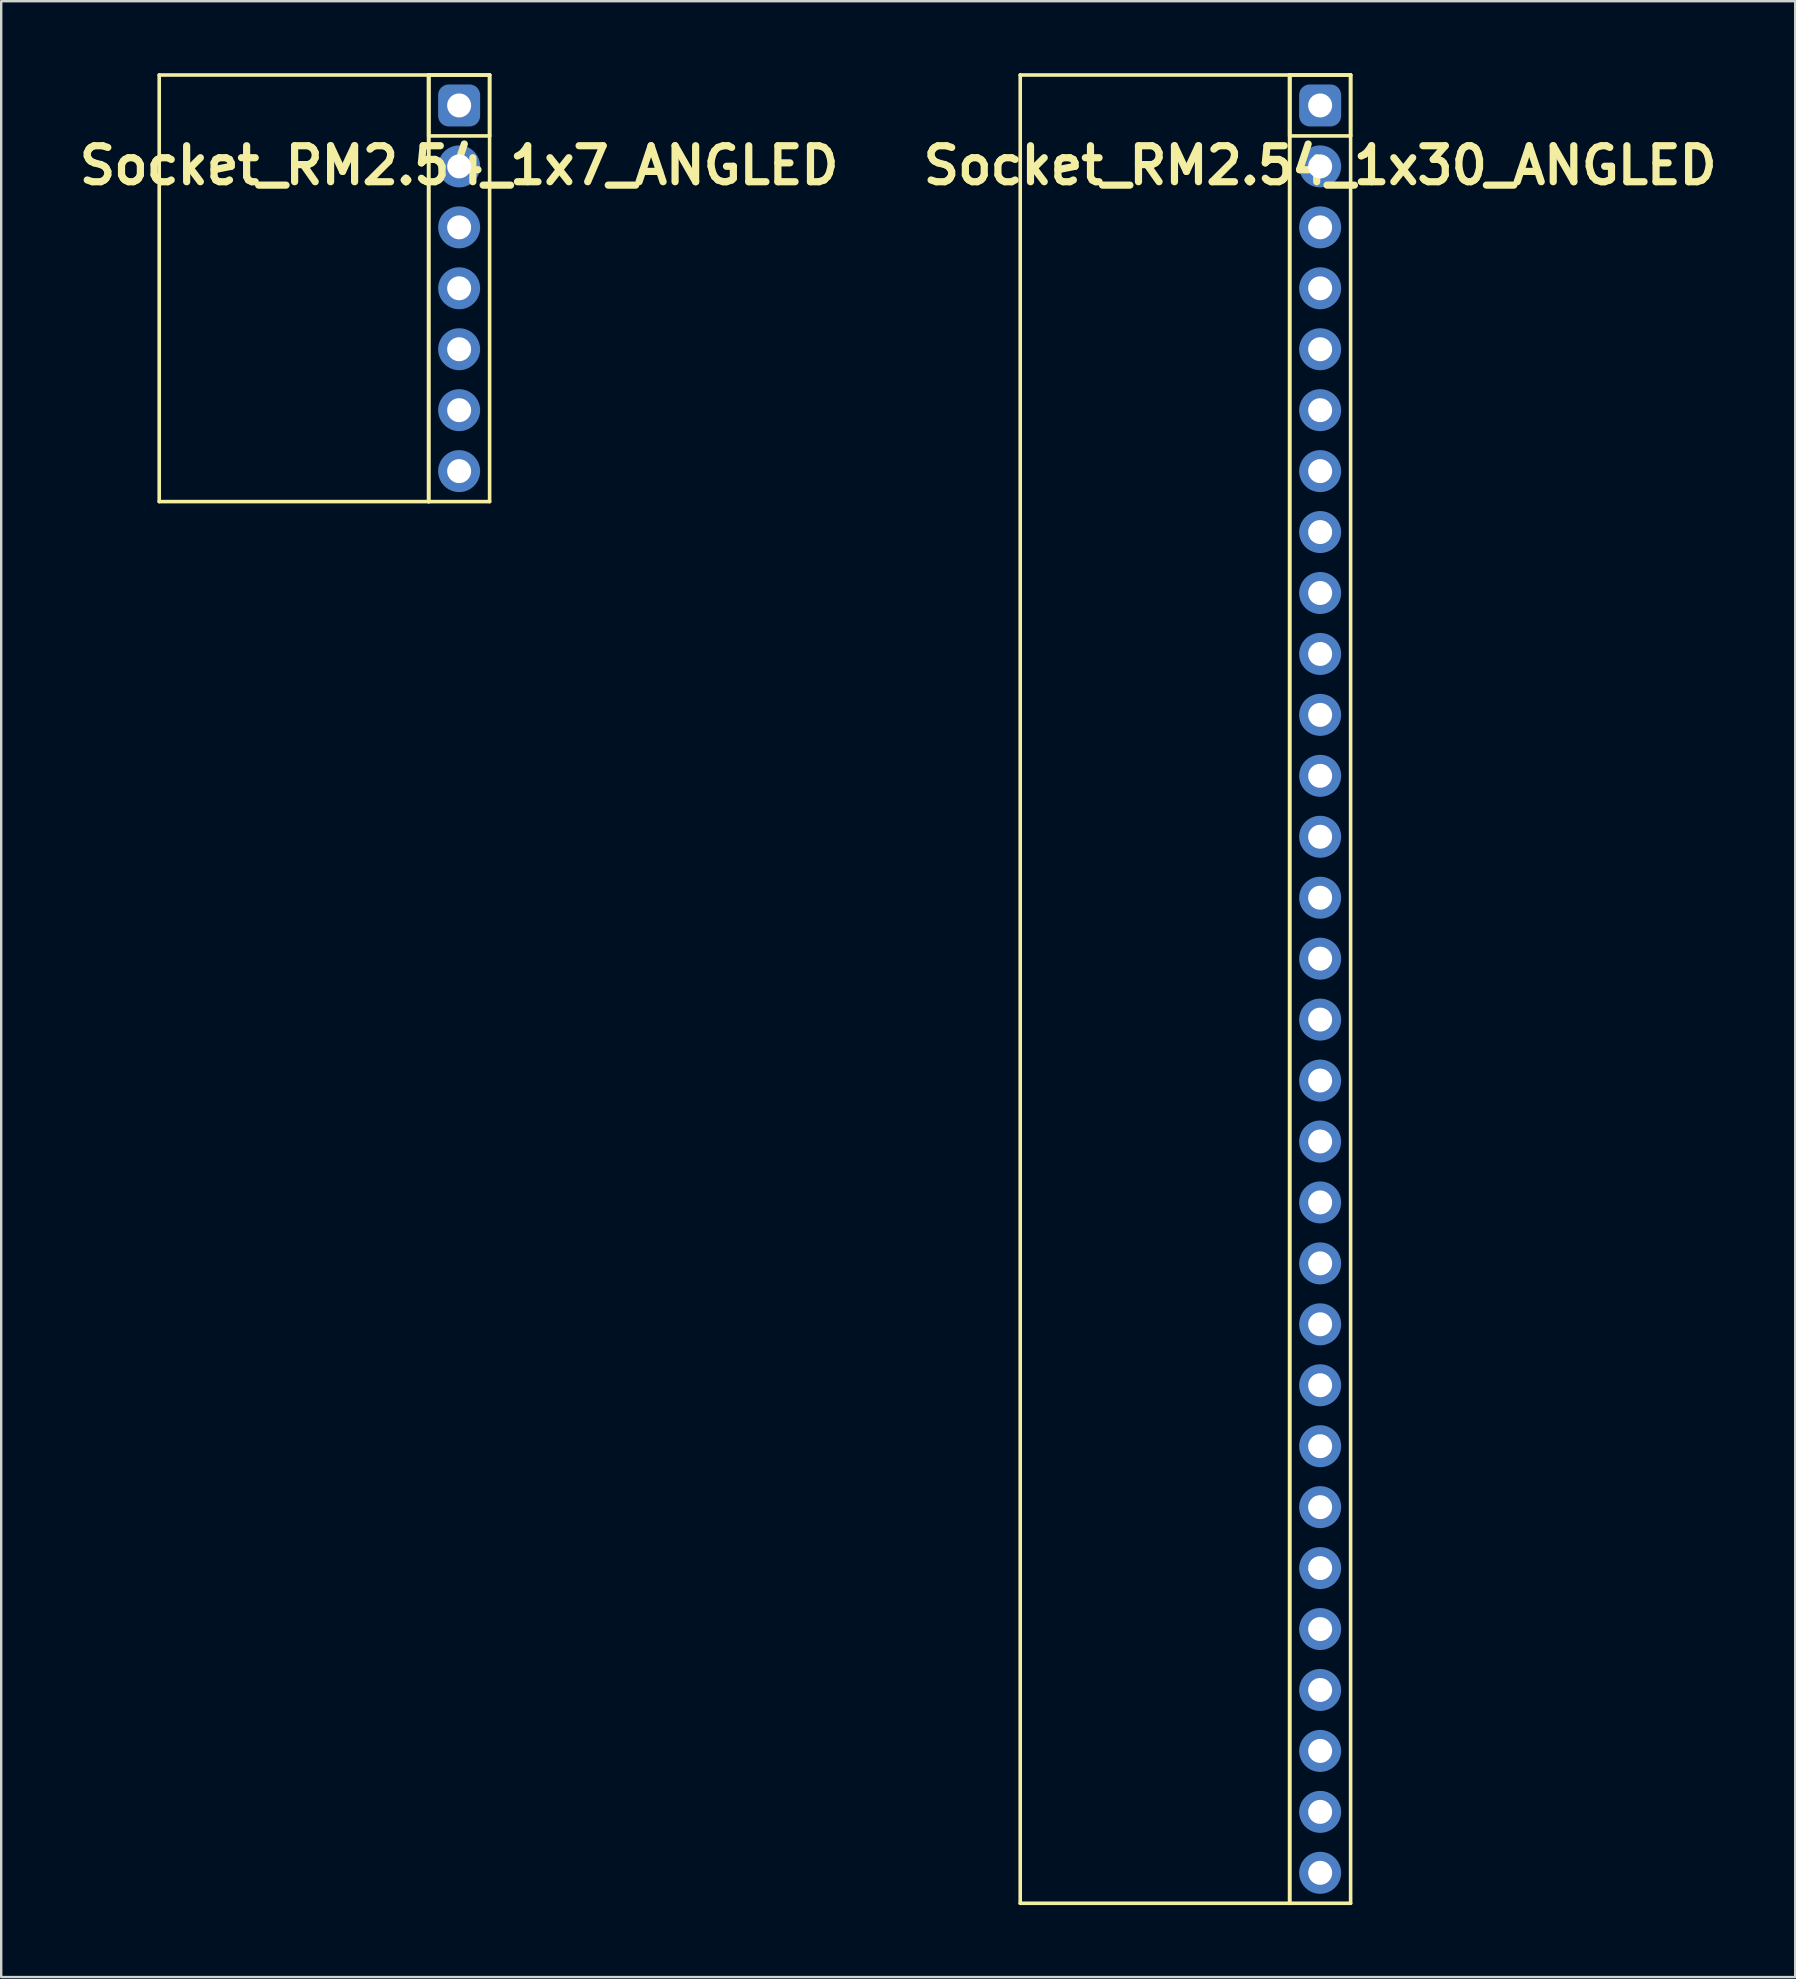
<source format=kicad_pcb>
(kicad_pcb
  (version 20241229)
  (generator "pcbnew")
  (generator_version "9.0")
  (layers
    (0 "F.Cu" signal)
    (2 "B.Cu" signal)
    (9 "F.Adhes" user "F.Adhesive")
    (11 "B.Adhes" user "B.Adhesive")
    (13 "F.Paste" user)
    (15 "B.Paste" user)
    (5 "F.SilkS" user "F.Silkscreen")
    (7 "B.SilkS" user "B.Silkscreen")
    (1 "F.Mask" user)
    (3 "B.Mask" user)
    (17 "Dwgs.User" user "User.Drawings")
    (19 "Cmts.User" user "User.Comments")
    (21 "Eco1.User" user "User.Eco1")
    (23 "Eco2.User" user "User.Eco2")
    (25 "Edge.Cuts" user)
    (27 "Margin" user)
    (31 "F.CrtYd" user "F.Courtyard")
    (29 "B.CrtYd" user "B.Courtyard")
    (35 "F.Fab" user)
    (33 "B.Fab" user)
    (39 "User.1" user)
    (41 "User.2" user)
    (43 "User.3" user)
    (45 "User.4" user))
  (footprint "Socket_RM2.54_1x30_ANGLED"
    (layer "F.Cu")
    (at 51.971 1.345)
    (property "Reference" "Socket_RM2.54_1x30_ANGLED" (at 0 2.5 0) (layer "F.SilkS") (effects (font (size 1.5 1.5) (thickness 0.3))))
    (attr through_hole)
    (fp_line (start -12.5 -1.27) (end -1.27 -1.27) (stroke (width 0.15) (type solid)) (layer "F.SilkS"))
    (fp_line (start -12.5 74.93) (end -12.5 -1.27) (stroke (width 0.15) (type solid)) (layer "F.SilkS"))
    (fp_line (start -1.27 -1.27) (end -1.27 74.93) (stroke (width 0.15) (type solid)) (layer "F.SilkS"))
    (fp_line (start -1.27 -1.27) (end 1.27 -1.27) (stroke (width 0.15) (type solid)) (layer "F.SilkS"))
    (fp_line (start -1.27 -1.27) (end 1.27 -1.27) (stroke (width 0.15) (type solid)) (layer "F.SilkS"))
    (fp_line (start -1.27 1.27) (end -1.27 -1.27) (stroke (width 0.15) (type solid)) (layer "F.SilkS"))
    (fp_line (start -1.27 74.93) (end -12.5 74.93) (stroke (width 0.15) (type solid)) (layer "F.SilkS"))
    (fp_line (start -1.27 74.93) (end -1.27 -1.27) (stroke (width 0.15) (type solid)) (layer "F.SilkS"))
    (fp_line (start 1.27 -1.27) (end 1.27 1.27) (stroke (width 0.15) (type solid)) (layer "F.SilkS"))
    (fp_line (start 1.27 -1.27) (end 1.27 74.93) (stroke (width 0.15) (type solid)) (layer "F.SilkS"))
    (fp_line (start 1.27 1.27) (end -1.27 1.27) (stroke (width 0.15) (type solid)) (layer "F.SilkS"))
    (fp_line (start 1.27 74.93) (end -1.27 74.93) (stroke (width 0.15) (type solid)) (layer "F.SilkS"))
    (pad "1" thru_hole circle (at 0 0) (size 1.3 1.3) (drill 1) (layers "*.Cu" "*.Mask"))
    (pad "1" smd roundrect (at 0 0) (size 1.5 1.5) (layers "F.Cu" "F.Mask") (roundrect_rratio 0.25))
    (pad "1" smd roundrect (at 0 0) (size 1.75 1.75) (layers "B.Cu" "B.Mask") (roundrect_rratio 0.25))
    (pad "2" thru_hole circle (at 0 2.54) (size 1.3 1.3) (drill 1) (layers "*.Cu" "*.Mask"))
    (pad "2" smd circle (at 0 2.54) (size 1.5 1.5) (layers "F.Cu" "F.Mask"))
    (pad "2" smd circle (at 0 2.54) (size 1.75 1.75) (layers "B.Cu" "B.Mask"))
    (pad "3" thru_hole circle (at 0 5.08) (size 1.3 1.3) (drill 1) (layers "*.Cu" "*.Mask"))
    (pad "3" smd circle (at 0 5.08) (size 1.5 1.5) (layers "F.Cu" "F.Mask"))
    (pad "3" smd circle (at 0 5.08) (size 1.75 1.75) (layers "B.Cu" "B.Mask"))
    (pad "4" thru_hole circle (at 0 7.62) (size 1.3 1.3) (drill 1) (layers "*.Cu" "*.Mask"))
    (pad "4" smd circle (at 0 7.62) (size 1.5 1.5) (layers "F.Cu" "F.Mask"))
    (pad "4" smd circle (at 0 7.62) (size 1.75 1.75) (layers "B.Cu" "B.Mask"))
    (pad "5" thru_hole circle (at 0 10.16) (size 1.3 1.3) (drill 1) (layers "*.Cu" "*.Mask"))
    (pad "5" smd circle (at 0 10.16) (size 1.5 1.5) (layers "F.Cu" "F.Mask"))
    (pad "5" smd circle (at 0 10.16) (size 1.75 1.75) (layers "B.Cu" "B.Mask"))
    (pad "6" thru_hole circle (at 0 12.7) (size 1.3 1.3) (drill 1) (layers "*.Cu" "*.Mask"))
    (pad "6" smd circle (at 0 12.7) (size 1.5 1.5) (layers "F.Cu" "F.Mask"))
    (pad "6" smd circle (at 0 12.7) (size 1.75 1.75) (layers "B.Cu" "B.Mask"))
    (pad "7" thru_hole circle (at 0 15.24) (size 1.3 1.3) (drill 1) (layers "*.Cu" "*.Mask"))
    (pad "7" smd circle (at 0 15.24) (size 1.5 1.5) (layers "F.Cu" "F.Mask"))
    (pad "7" smd circle (at 0 15.24) (size 1.75 1.75) (layers "B.Cu" "B.Mask"))
    (pad "8" thru_hole circle (at 0 17.78) (size 1.3 1.3) (drill 1) (layers "*.Cu" "*.Mask"))
    (pad "8" smd circle (at 0 17.78) (size 1.5 1.5) (layers "F.Cu" "F.Mask"))
    (pad "8" smd circle (at 0 17.78) (size 1.75 1.75) (layers "B.Cu" "B.Mask"))
    (pad "9" thru_hole circle (at 0 20.32) (size 1.3 1.3) (drill 1) (layers "*.Cu" "*.Mask"))
    (pad "9" smd circle (at 0 20.32) (size 1.5 1.5) (layers "F.Cu" "F.Mask"))
    (pad "9" smd circle (at 0 20.32) (size 1.75 1.75) (layers "B.Cu" "B.Mask"))
    (pad "10" thru_hole circle (at 0 22.86) (size 1.3 1.3) (drill 1) (layers "*.Cu" "*.Mask"))
    (pad "10" smd circle (at 0 22.86) (size 1.5 1.5) (layers "F.Cu" "F.Mask"))
    (pad "10" smd circle (at 0 22.86) (size 1.75 1.75) (layers "B.Cu" "B.Mask"))
    (pad "11" thru_hole circle (at 0 25.4) (size 1.3 1.3) (drill 1) (layers "*.Cu" "*.Mask"))
    (pad "11" smd circle (at 0 25.4) (size 1.5 1.5) (layers "F.Cu" "F.Mask"))
    (pad "11" smd circle (at 0 25.4) (size 1.75 1.75) (layers "B.Cu" "B.Mask"))
    (pad "12" thru_hole circle (at 0 27.94) (size 1.3 1.3) (drill 1) (layers "*.Cu" "*.Mask"))
    (pad "12" smd circle (at 0 27.94) (size 1.5 1.5) (layers "F.Cu" "F.Mask"))
    (pad "12" smd circle (at 0 27.94) (size 1.75 1.75) (layers "B.Cu" "B.Mask"))
    (pad "13" thru_hole circle (at 0 30.48) (size 1.3 1.3) (drill 1) (layers "*.Cu" "*.Mask"))
    (pad "13" smd circle (at 0 30.48) (size 1.5 1.5) (layers "F.Cu" "F.Mask"))
    (pad "13" smd circle (at 0 30.48) (size 1.75 1.75) (layers "B.Cu" "B.Mask"))
    (pad "14" thru_hole circle (at 0 33.02) (size 1.3 1.3) (drill 1) (layers "*.Cu" "*.Mask"))
    (pad "14" smd circle (at 0 33.02) (size 1.5 1.5) (layers "F.Cu" "F.Mask"))
    (pad "14" smd circle (at 0 33.02) (size 1.75 1.75) (layers "B.Cu" "B.Mask"))
    (pad "15" thru_hole circle (at 0 35.56) (size 1.3 1.3) (drill 1) (layers "*.Cu" "*.Mask"))
    (pad "15" smd circle (at 0 35.56) (size 1.5 1.5) (layers "F.Cu" "F.Mask"))
    (pad "15" smd circle (at 0 35.56) (size 1.75 1.75) (layers "B.Cu" "B.Mask"))
    (pad "16" thru_hole circle (at 0 38.1) (size 1.3 1.3) (drill 1) (layers "*.Cu" "*.Mask"))
    (pad "16" smd circle (at 0 38.1) (size 1.5 1.5) (layers "F.Cu" "F.Mask"))
    (pad "16" smd circle (at 0 38.1) (size 1.75 1.75) (layers "B.Cu" "B.Mask"))
    (pad "17" thru_hole circle (at 0 40.64) (size 1.3 1.3) (drill 1) (layers "*.Cu" "*.Mask"))
    (pad "17" smd circle (at 0 40.64) (size 1.5 1.5) (layers "F.Cu" "F.Mask"))
    (pad "17" smd circle (at 0 40.64) (size 1.75 1.75) (layers "B.Cu" "B.Mask"))
    (pad "18" thru_hole circle (at 0 43.18) (size 1.3 1.3) (drill 1) (layers "*.Cu" "*.Mask"))
    (pad "18" smd circle (at 0 43.18) (size 1.5 1.5) (layers "F.Cu" "F.Mask"))
    (pad "18" smd circle (at 0 43.18) (size 1.75 1.75) (layers "B.Cu" "B.Mask"))
    (pad "19" thru_hole circle (at 0 45.72) (size 1.3 1.3) (drill 1) (layers "*.Cu" "*.Mask"))
    (pad "19" smd circle (at 0 45.72) (size 1.5 1.5) (layers "F.Cu" "F.Mask"))
    (pad "19" smd circle (at 0 45.72) (size 1.75 1.75) (layers "B.Cu" "B.Mask"))
    (pad "20" thru_hole circle (at 0 48.26) (size 1.3 1.3) (drill 1) (layers "*.Cu" "*.Mask"))
    (pad "20" smd circle (at 0 48.26) (size 1.5 1.5) (layers "F.Cu" "F.Mask"))
    (pad "20" smd circle (at 0 48.26) (size 1.75 1.75) (layers "B.Cu" "B.Mask"))
    (pad "21" thru_hole circle (at 0 50.8) (size 1.3 1.3) (drill 1) (layers "*.Cu" "*.Mask"))
    (pad "21" smd circle (at 0 50.8) (size 1.5 1.5) (layers "F.Cu" "F.Mask"))
    (pad "21" smd circle (at 0 50.8) (size 1.75 1.75) (layers "B.Cu" "B.Mask"))
    (pad "22" thru_hole circle (at 0 53.34) (size 1.3 1.3) (drill 1) (layers "*.Cu" "*.Mask"))
    (pad "22" smd circle (at 0 53.34) (size 1.5 1.5) (layers "F.Cu" "F.Mask"))
    (pad "22" smd circle (at 0 53.34) (size 1.75 1.75) (layers "B.Cu" "B.Mask"))
    (pad "23" thru_hole circle (at 0 55.88) (size 1.3 1.3) (drill 1) (layers "*.Cu" "*.Mask"))
    (pad "23" smd circle (at 0 55.88) (size 1.5 1.5) (layers "F.Cu" "F.Mask"))
    (pad "23" smd circle (at 0 55.88) (size 1.75 1.75) (layers "B.Cu" "B.Mask"))
    (pad "24" thru_hole circle (at 0 58.42) (size 1.3 1.3) (drill 1) (layers "*.Cu" "*.Mask"))
    (pad "24" smd circle (at 0 58.42) (size 1.5 1.5) (layers "F.Cu" "F.Mask"))
    (pad "24" smd circle (at 0 58.42) (size 1.75 1.75) (layers "B.Cu" "B.Mask"))
    (pad "25" thru_hole circle (at 0 60.96) (size 1.3 1.3) (drill 1) (layers "*.Cu" "*.Mask"))
    (pad "25" smd circle (at 0 60.96) (size 1.5 1.5) (layers "F.Cu" "F.Mask"))
    (pad "25" smd circle (at 0 60.96) (size 1.75 1.75) (layers "B.Cu" "B.Mask"))
    (pad "26" thru_hole circle (at 0 63.5) (size 1.3 1.3) (drill 1) (layers "*.Cu" "*.Mask"))
    (pad "26" smd circle (at 0 63.5) (size 1.5 1.5) (layers "F.Cu" "F.Mask"))
    (pad "26" smd circle (at 0 63.5) (size 1.75 1.75) (layers "B.Cu" "B.Mask"))
    (pad "27" thru_hole circle (at 0 66.04) (size 1.3 1.3) (drill 1) (layers "*.Cu" "*.Mask"))
    (pad "27" smd circle (at 0 66.04) (size 1.5 1.5) (layers "F.Cu" "F.Mask"))
    (pad "27" smd circle (at 0 66.04) (size 1.75 1.75) (layers "B.Cu" "B.Mask"))
    (pad "28" thru_hole circle (at 0 68.58) (size 1.3 1.3) (drill 1) (layers "*.Cu" "*.Mask"))
    (pad "28" smd circle (at 0 68.58) (size 1.5 1.5) (layers "F.Cu" "F.Mask"))
    (pad "28" smd circle (at 0 68.58) (size 1.75 1.75) (layers "B.Cu" "B.Mask"))
    (pad "29" thru_hole circle (at 0 71.12) (size 1.3 1.3) (drill 1) (layers "*.Cu" "*.Mask"))
    (pad "29" smd circle (at 0 71.12) (size 1.5 1.5) (layers "F.Cu" "F.Mask"))
    (pad "29" smd circle (at 0 71.12) (size 1.75 1.75) (layers "B.Cu" "B.Mask"))
    (pad "30" thru_hole circle (at 0 73.66) (size 1.3 1.3) (drill 1) (layers "*.Cu" "*.Mask"))
    (pad "30" smd circle (at 0 73.66) (size 1.5 1.5) (layers "F.Cu" "F.Mask"))
    (pad "30" smd circle (at 0 73.66) (size 1.75 1.75) (layers "B.Cu" "B.Mask")))
  (footprint "Socket_RM2.54_1x7_ANGLED"
    (layer "F.Cu")
    (at 16.086 1.345)
    (property "Reference" "Socket_RM2.54_1x7_ANGLED" (at 0 2.5 0) (layer "F.SilkS") (effects (font (size 1.5 1.5) (thickness 0.3))))
    (attr through_hole)
    (fp_line (start -12.5 -1.27) (end -1.27 -1.27) (stroke (width 0.15) (type solid)) (layer "F.SilkS"))
    (fp_line (start -12.5 16.51) (end -12.5 -1.27) (stroke (width 0.15) (type solid)) (layer "F.SilkS"))
    (fp_line (start -1.27 -1.27) (end -1.27 16.51) (stroke (width 0.15) (type solid)) (layer "F.SilkS"))
    (fp_line (start -1.27 -1.27) (end 1.27 -1.27) (stroke (width 0.15) (type solid)) (layer "F.SilkS"))
    (fp_line (start -1.27 -1.27) (end 1.27 -1.27) (stroke (width 0.15) (type solid)) (layer "F.SilkS"))
    (fp_line (start -1.27 1.27) (end -1.27 -1.27) (stroke (width 0.15) (type solid)) (layer "F.SilkS"))
    (fp_line (start -1.27 16.51) (end -12.5 16.51) (stroke (width 0.15) (type solid)) (layer "F.SilkS"))
    (fp_line (start -1.27 16.51) (end -1.27 -1.27) (stroke (width 0.15) (type solid)) (layer "F.SilkS"))
    (fp_line (start 1.27 -1.27) (end 1.27 1.27) (stroke (width 0.15) (type solid)) (layer "F.SilkS"))
    (fp_line (start 1.27 -1.27) (end 1.27 16.51) (stroke (width 0.15) (type solid)) (layer "F.SilkS"))
    (fp_line (start 1.27 1.27) (end -1.27 1.27) (stroke (width 0.15) (type solid)) (layer "F.SilkS"))
    (fp_line (start 1.27 16.51) (end -1.27 16.51) (stroke (width 0.15) (type solid)) (layer "F.SilkS"))
    (pad "1" thru_hole circle (at 0 0) (size 1.3 1.3) (drill 1) (layers "*.Cu" "*.Mask"))
    (pad "1" smd roundrect (at 0 0) (size 1.5 1.5) (layers "F.Cu" "F.Mask") (roundrect_rratio 0.25))
    (pad "1" smd roundrect (at 0 0) (size 1.75 1.75) (layers "B.Cu" "B.Mask") (roundrect_rratio 0.25))
    (pad "2" thru_hole circle (at 0 2.54) (size 1.3 1.3) (drill 1) (layers "*.Cu" "*.Mask"))
    (pad "2" smd circle (at 0 2.54) (size 1.5 1.5) (layers "F.Cu" "F.Mask"))
    (pad "2" smd circle (at 0 2.54) (size 1.75 1.75) (layers "B.Cu" "B.Mask"))
    (pad "3" thru_hole circle (at 0 5.08) (size 1.3 1.3) (drill 1) (layers "*.Cu" "*.Mask"))
    (pad "3" smd circle (at 0 5.08) (size 1.5 1.5) (layers "F.Cu" "F.Mask"))
    (pad "3" smd circle (at 0 5.08) (size 1.75 1.75) (layers "B.Cu" "B.Mask"))
    (pad "4" thru_hole circle (at 0 7.62) (size 1.3 1.3) (drill 1) (layers "*.Cu" "*.Mask"))
    (pad "4" smd circle (at 0 7.62) (size 1.5 1.5) (layers "F.Cu" "F.Mask"))
    (pad "4" smd circle (at 0 7.62) (size 1.75 1.75) (layers "B.Cu" "B.Mask"))
    (pad "5" thru_hole circle (at 0 10.16) (size 1.3 1.3) (drill 1) (layers "*.Cu" "*.Mask"))
    (pad "5" smd circle (at 0 10.16) (size 1.5 1.5) (layers "F.Cu" "F.Mask"))
    (pad "5" smd circle (at 0 10.16) (size 1.75 1.75) (layers "B.Cu" "B.Mask"))
    (pad "6" thru_hole circle (at 0 12.7) (size 1.3 1.3) (drill 1) (layers "*.Cu" "*.Mask"))
    (pad "6" smd circle (at 0 12.7) (size 1.5 1.5) (layers "F.Cu" "F.Mask"))
    (pad "6" smd circle (at 0 12.7) (size 1.75 1.75) (layers "B.Cu" "B.Mask"))
    (pad "7" thru_hole circle (at 0 15.24) (size 1.3 1.3) (drill 1) (layers "*.Cu" "*.Mask"))
    (pad "7" smd circle (at 0 15.24) (size 1.5 1.5) (layers "F.Cu" "F.Mask"))
    (pad "7" smd circle (at 0 15.24) (size 1.75 1.75) (layers "B.Cu" "B.Mask")))
  (gr_rect
    (start -3 -3)
    (end 71.771 79.35)
    (stroke (width 0.1) (type default))
    (fill no)
    (layer "Edge.Cuts")))
</source>
